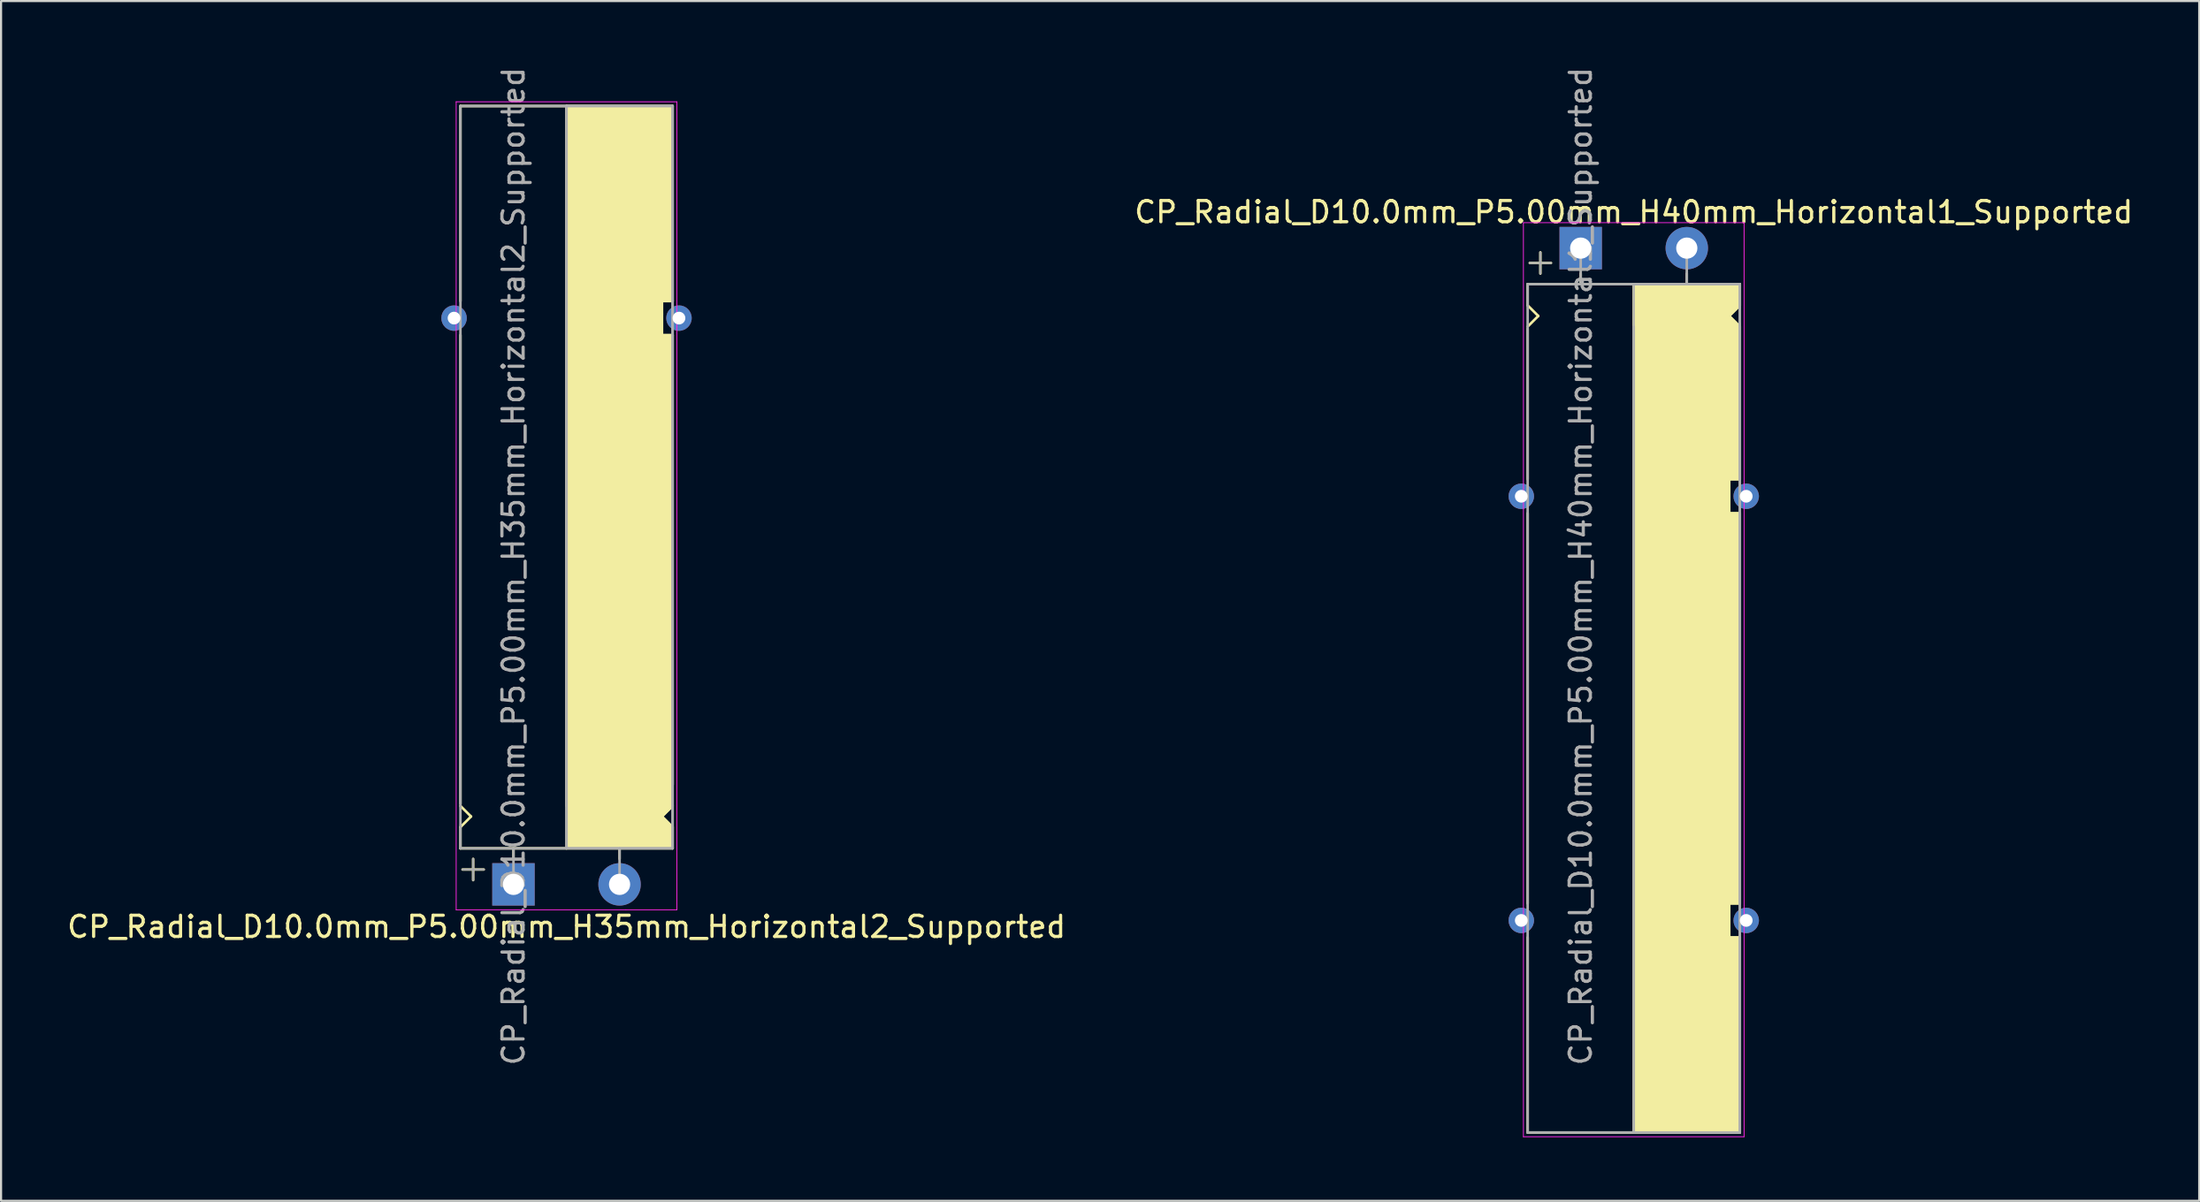
<source format=kicad_pcb>
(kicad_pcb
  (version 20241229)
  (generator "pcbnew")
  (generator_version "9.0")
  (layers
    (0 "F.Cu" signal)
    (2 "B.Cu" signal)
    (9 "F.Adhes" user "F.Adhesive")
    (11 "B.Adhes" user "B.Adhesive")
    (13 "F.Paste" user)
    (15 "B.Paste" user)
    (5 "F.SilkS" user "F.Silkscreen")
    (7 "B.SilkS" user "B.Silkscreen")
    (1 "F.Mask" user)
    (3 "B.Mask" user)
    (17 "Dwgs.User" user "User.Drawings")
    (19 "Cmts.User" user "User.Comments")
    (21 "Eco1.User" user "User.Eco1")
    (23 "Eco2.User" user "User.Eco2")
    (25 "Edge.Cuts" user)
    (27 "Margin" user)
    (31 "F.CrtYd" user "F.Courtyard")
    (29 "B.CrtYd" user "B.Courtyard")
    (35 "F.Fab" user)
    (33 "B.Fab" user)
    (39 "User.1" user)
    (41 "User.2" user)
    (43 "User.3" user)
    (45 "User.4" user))
  (footprint "CP_Radial_D10.0mm_P5.00mm_H35mm_Horizontal2_Supported"
    (layer "F.Cu")
    (at 21.149 38.649)
    (property "Reference" "CP_Radial_D10.0mm_P5.00mm_H35mm_Horizontal2_Supported" (at 2.5 2 0) (layer "F.SilkS") (effects (font (size 1 1) (thickness 0.15))))
    (attr through_hole)
    (fp_line (start -2.5 -36.7) (end 7.5 -36.7) (stroke (width 0.12) (type solid)) (layer "F.SilkS"))
    (fp_line (start -2.5 -27.5) (end -2.5 -36.7) (stroke (width 0.12) (type solid)) (layer "F.SilkS"))
    (fp_line (start -2.5 -3.8) (end -2.5 -25.9) (stroke (width 0.12) (type solid)) (layer "F.SilkS"))
    (fp_line (start -2.5 -2.7) (end -2 -3.2) (stroke (width 0.12) (type solid)) (layer "F.SilkS"))
    (fp_line (start -2.5 -1.7) (end -2.5 -2.7) (stroke (width 0.12) (type solid)) (layer "F.SilkS"))
    (fp_line (start -2 -3.2) (end -2.5 -3.7) (stroke (width 0.12) (type solid)) (layer "F.SilkS"))
    (fp_line (start -1.9 -1.2) (end -1.9 -0.2) (stroke (width 0.12) (type solid)) (layer "F.SilkS"))
    (fp_line (start -1.4 -0.7) (end -2.4 -0.7) (stroke (width 0.12) (type solid)) (layer "F.SilkS"))
    (fp_line (start 0 -1.7) (end 0 -1.2) (stroke (width 0.12) (type solid)) (layer "F.SilkS"))
    (fp_line (start 2.5 -36.7) (end 2.5 -3.7) (stroke (width 0.12) (type solid)) (layer "F.SilkS"))
    (fp_line (start 2.5 -1.7) (end -2.5 -1.7) (stroke (width 0.12) (type solid)) (layer "F.SilkS"))
    (fp_line (start 5 -1.7) (end 5 -1.2) (stroke (width 0.12) (type solid)) (layer "F.SilkS"))
    (fp_line (start 7 -27.5) (end 7 -26.9) (stroke (width 0.12) (type solid)) (layer "F.SilkS"))
    (fp_line (start 7 -26.9) (end 7 -25.9) (stroke (width 0.12) (type solid)) (layer "F.SilkS"))
    (fp_line (start 7 -25.9) (end 7.5 -25.9) (stroke (width 0.12) (type solid)) (layer "F.SilkS"))
    (fp_line (start 7 -3.2) (end 7.5 -3.7) (stroke (width 0.12) (type solid)) (layer "F.SilkS"))
    (fp_line (start 7.5 -27.5) (end 7 -27.5) (stroke (width 0.12) (type solid)) (layer "F.SilkS"))
    (fp_line (start 7.5 -27.5) (end 7.5 -36.7) (stroke (width 0.12) (type solid)) (layer "F.SilkS"))
    (fp_line (start 7.5 -4.7) (end 7.5 -25.9) (stroke (width 0.12) (type solid)) (layer "F.SilkS"))
    (fp_line (start 7.5 -2.7) (end 7 -3.2) (stroke (width 0.12) (type solid)) (layer "F.SilkS"))
    (fp_line (start 7.5 -1.7) (end 2.5 -1.7) (stroke (width 0.12) (type solid)) (layer "F.SilkS"))
    (fp_line (start 7.5 -1.7) (end 7.5 -2.7) (stroke (width 0.12) (type solid)) (layer "F.SilkS"))
    (fp_poly (pts (xy 7.5 -2.7) (xy 7 -3.2) (xy 7.5 -3.7) (xy 7.5 -25.9) (xy 7 -25.9) (xy 7 -27.5) (xy 7.5 -27.5) (xy 7.5 -36.7) (xy 2.5 -36.7) (xy 2.5 -1.7) (xy 7.5 -1.7)) (stroke (width 0.1) (type solid)) (fill yes) (layer "F.SilkS"))
    (fp_line (start -2.7 -36.9) (end -2.7 1.2) (stroke (width 0.04) (type solid)) (layer "F.CrtYd"))
    (fp_line (start -2.7 1.2) (end 5.3 1.2) (stroke (width 0.04) (type solid)) (layer "F.CrtYd"))
    (fp_line (start 5.3 1.2) (end 7.7 1.2) (stroke (width 0.04) (type solid)) (layer "F.CrtYd"))
    (fp_line (start 7.7 -36.9) (end -2.7 -36.9) (stroke (width 0.04) (type solid)) (layer "F.CrtYd"))
    (fp_line (start 7.7 1.2) (end 7.7 -36.9) (stroke (width 0.04) (type solid)) (layer "F.CrtYd"))
    (fp_line (start -2.5 -36.7) (end 7.5 -36.7) (stroke (width 0.12) (type solid)) (layer "F.Fab"))
    (fp_line (start -2.5 -1.7) (end -2.5 -36.7) (stroke (width 0.12) (type solid)) (layer "F.Fab"))
    (fp_line (start -2.4 -0.7) (end -1.4 -0.7) (stroke (width 0.1) (type solid)) (layer "F.Fab"))
    (fp_line (start -1.9 -0.2) (end -1.9 -1.2) (stroke (width 0.1) (type solid)) (layer "F.Fab"))
    (fp_line (start 0 -1.7) (end 0 0) (stroke (width 0.12) (type solid)) (layer "F.Fab"))
    (fp_line (start 2.5 -1.7) (end 2.5 -36.7) (stroke (width 0.12) (type solid)) (layer "F.Fab"))
    (fp_line (start 5 -1.7) (end 5 0) (stroke (width 0.12) (type solid)) (layer "F.Fab"))
    (fp_line (start 7.5 -36.7) (end 7.5 -1.7) (stroke (width 0.12) (type solid)) (layer "F.Fab"))
    (fp_line (start 7.5 -1.7) (end -2.5 -1.7) (stroke (width 0.12) (type solid)) (layer "F.Fab"))
    (fp_poly (pts (xy 7.5 -36.7) (xy 2.5 -36.7) (xy 2.5 -1.7) (xy 7.5 -1.7)) (stroke (width 0.1) (type solid)) (fill no) (layer "F.Fab"))
    (fp_text user "${REFERENCE}" (at 0 -15 90) (layer "F.Fab") (effects (font (size 1 1) (thickness 0.15))))
    (pad "" thru_hole circle (at -2.8 -26.7 180) (size 1.2 1.2) (drill 0.6) (layers "*.Cu" "*.Mask"))
    (pad "" thru_hole circle (at 7.8 -26.7 180) (size 1.2 1.2) (drill 0.6) (layers "*.Cu" "*.Mask"))
    (pad "1" thru_hole rect (at 0 0) (size 2 2) (drill 1) (layers "*.Cu" "*.Mask"))
    (pad "2" thru_hole circle (at 5 0) (size 2 2) (drill 1) (layers "*.Cu" "*.Mask")))
  (footprint "CP_Radial_D10.0mm_P5.00mm_H40mm_Horizontal1_Supported"
    (layer "F.Cu")
    (at 71.446 8.649)
    (property "Reference" "CP_Radial_D10.0mm_P5.00mm_H40mm_Horizontal1_Supported" (at 2.5 -1.7 0) (layer "F.SilkS") (effects (font (size 1 1) (thickness 0.15))))
    (attr through_hole)
    (fp_line (start -2.5 1.7) (end -2.5 2.7) (stroke (width 0.12) (type solid)) (layer "F.SilkS"))
    (fp_line (start -2.5 2.7) (end -2 3.2) (stroke (width 0.12) (type solid)) (layer "F.SilkS"))
    (fp_line (start -2.5 3.8) (end -2.5 10.9) (stroke (width 0.12) (type solid)) (layer "F.SilkS"))
    (fp_line (start -2.5 12.5) (end -2.5 30.9) (stroke (width 0.12) (type solid)) (layer "F.SilkS"))
    (fp_line (start -2.5 32.5) (end -2.5 41.7) (stroke (width 0.12) (type solid)) (layer "F.SilkS"))
    (fp_line (start -2.5 41.7) (end 7.5 41.7) (stroke (width 0.12) (type solid)) (layer "F.SilkS"))
    (fp_line (start -2 3.2) (end -2.5 3.7) (stroke (width 0.12) (type solid)) (layer "F.SilkS"))
    (fp_line (start -1.9 0.2) (end -1.9 1.2) (stroke (width 0.12) (type solid)) (layer "F.SilkS"))
    (fp_line (start -1.4 0.7) (end -2.4 0.7) (stroke (width 0.12) (type solid)) (layer "F.SilkS"))
    (fp_line (start 0 1.7) (end 0 1.2) (stroke (width 0.12) (type solid)) (layer "F.SilkS"))
    (fp_line (start 2.5 1.7) (end -2.5 1.7) (stroke (width 0.12) (type solid)) (layer "F.SilkS"))
    (fp_line (start 2.5 41.7) (end 2.5 1.7) (stroke (width 0.12) (type solid)) (layer "F.SilkS"))
    (fp_line (start 5 1.7) (end 5 1.2) (stroke (width 0.12) (type solid)) (layer "F.SilkS"))
    (fp_line (start 7 3.2) (end 7.5 3.7) (stroke (width 0.12) (type solid)) (layer "F.SilkS"))
    (fp_line (start 7 10.9) (end 7 12.5) (stroke (width 0.12) (type solid)) (layer "F.SilkS"))
    (fp_line (start 7 12.5) (end 7.5 12.5) (stroke (width 0.12) (type solid)) (layer "F.SilkS"))
    (fp_line (start 7 30.9) (end 7 32.5) (stroke (width 0.12) (type solid)) (layer "F.SilkS"))
    (fp_line (start 7 32.5) (end 7.5 32.5) (stroke (width 0.12) (type solid)) (layer "F.SilkS"))
    (fp_line (start 7.5 1.7) (end 2.5 1.7) (stroke (width 0.12) (type solid)) (layer "F.SilkS"))
    (fp_line (start 7.5 1.7) (end 7.5 2.7) (stroke (width 0.12) (type solid)) (layer "F.SilkS"))
    (fp_line (start 7.5 2.7) (end 7 3.2) (stroke (width 0.12) (type solid)) (layer "F.SilkS"))
    (fp_line (start 7.5 3.7) (end 7.5 10.9) (stroke (width 0.12) (type solid)) (layer "F.SilkS"))
    (fp_line (start 7.5 10.9) (end 7 10.9) (stroke (width 0.12) (type solid)) (layer "F.SilkS"))
    (fp_line (start 7.5 12.5) (end 7.5 30.9) (stroke (width 0.12) (type solid)) (layer "F.SilkS"))
    (fp_line (start 7.5 30.9) (end 7 30.9) (stroke (width 0.12) (type solid)) (layer "F.SilkS"))
    (fp_line (start 7.5 32.5) (end 7.5 41.7) (stroke (width 0.12) (type solid)) (layer "F.SilkS"))
    (fp_poly (pts (xy 7.5 2.7) (xy 7 3.2) (xy 7.5 3.7) (xy 7.5 10.9) (xy 7 10.9) (xy 7 12.5) (xy 7.5 12.5) (xy 7.5 30.9) (xy 7 30.9) (xy 7 32.5) (xy 7.5 32.5) (xy 7.5 41.7) (xy 2.5 41.7) (xy 2.5 1.7) (xy 7.5 1.7)) (stroke (width 0.1) (type solid)) (fill yes) (layer "F.SilkS"))
    (fp_line (start -2.7 -1.2) (end 5.3 -1.2) (stroke (width 0.04) (type solid)) (layer "F.CrtYd"))
    (fp_line (start -2.7 41.9) (end -2.7 -1.2) (stroke (width 0.04) (type solid)) (layer "F.CrtYd"))
    (fp_line (start 5.3 -1.2) (end 7.7 -1.2) (stroke (width 0.04) (type solid)) (layer "F.CrtYd"))
    (fp_line (start 7.7 -1.2) (end 7.7 41.9) (stroke (width 0.04) (type solid)) (layer "F.CrtYd"))
    (fp_line (start 7.7 41.9) (end -2.7 41.9) (stroke (width 0.04) (type solid)) (layer "F.CrtYd"))
    (fp_line (start -2.5 1.7) (end -2.5 41.7) (stroke (width 0.12) (type solid)) (layer "F.Fab"))
    (fp_line (start -2.5 41.7) (end 7.5 41.7) (stroke (width 0.12) (type solid)) (layer "F.Fab"))
    (fp_line (start -2.4 0.7) (end -1.4 0.7) (stroke (width 0.1) (type solid)) (layer "F.Fab"))
    (fp_line (start -1.9 1.2) (end -1.9 0.2) (stroke (width 0.1) (type solid)) (layer "F.Fab"))
    (fp_line (start 0 1.7) (end 0 0) (stroke (width 0.12) (type solid)) (layer "F.Fab"))
    (fp_line (start 2.5 3.7) (end 2.5 41.7) (stroke (width 0.12) (type solid)) (layer "F.Fab"))
    (fp_line (start 5 1.7) (end 5 0) (stroke (width 0.12) (type solid)) (layer "F.Fab"))
    (fp_line (start 7.5 1.7) (end -2.5 1.7) (stroke (width 0.12) (type solid)) (layer "F.Fab"))
    (fp_line (start 7.5 41.7) (end 7.5 1.7) (stroke (width 0.12) (type solid)) (layer "F.Fab"))
    (fp_poly (pts (xy 7.5 41.7) (xy 2.5 41.7) (xy 2.5 1.7) (xy 7.5 1.7)) (stroke (width 0.1) (type solid)) (fill no) (layer "F.Fab"))
    (fp_text user "${REFERENCE}" (at 0 15 90) (layer "F.Fab") (effects (font (size 1 1) (thickness 0.15))))
    (pad "" thru_hole circle (at -2.8 11.7 180) (size 1.2 1.2) (drill 0.6) (layers "*.Cu" "*.Mask"))
    (pad "" thru_hole circle (at 7.8 11.7) (size 1.2 1.2) (drill 0.6) (layers "*.Cu" "*.Mask"))
    (pad "1" thru_hole rect (at 0 0) (size 2 2) (drill 1) (layers "*.Cu" "*.Mask"))
    (pad "2" thru_hole circle (at 5 0) (size 2 2) (drill 1) (layers "*.Cu" "*.Mask"))
    (pad "~" thru_hole circle (at -2.8 31.7) (size 1.2 1.2) (drill 0.6) (layers "*.Cu" "*.Mask"))
    (pad "~" thru_hole circle (at 7.8 31.7) (size 1.2 1.2) (drill 0.6) (layers "*.Cu" "*.Mask")))
  (gr_rect
    (start -3 -3)
    (end 100.595 53.569)
    (stroke (width 0.1) (type default))
    (fill no)
    (layer "Edge.Cuts")))
</source>
